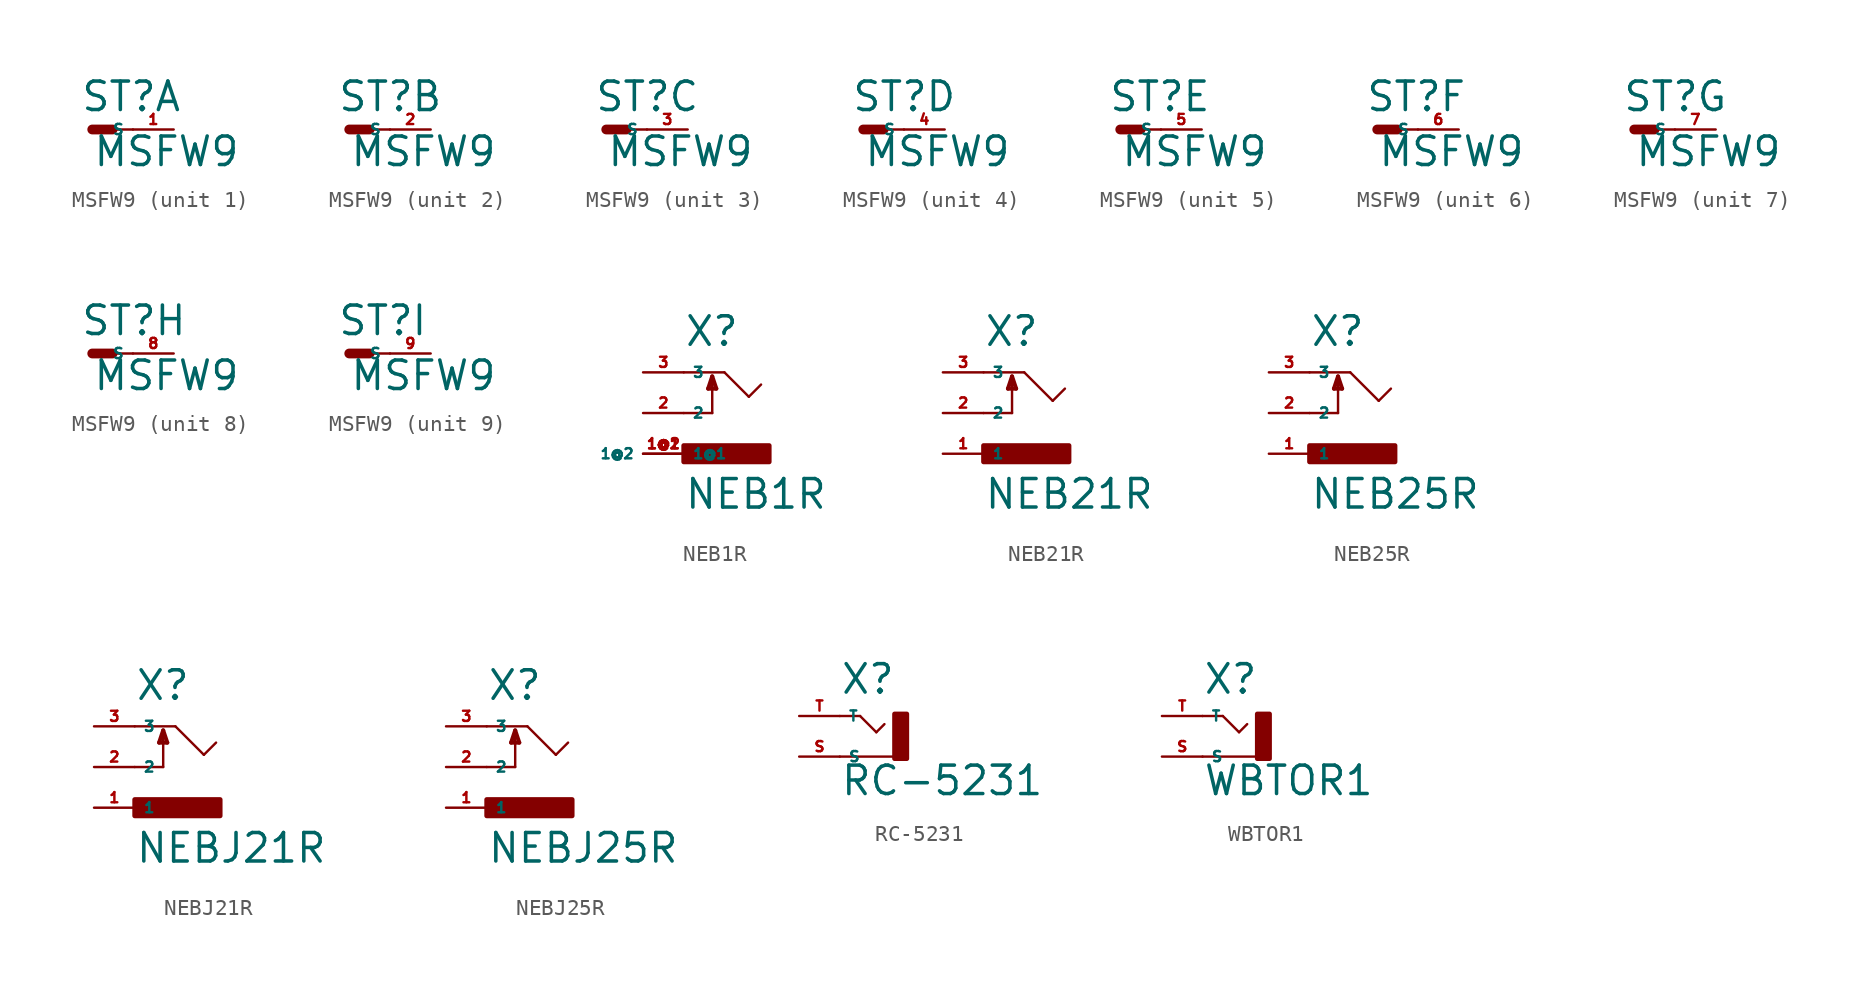
<source format=kicad_sym>
(kicad_symbol_lib
  (version 20220914)
  (generator Eagle2Kicad)
  (symbol "MSFW9"
    (property "Reference" "ST"
      (at -0.762 1.016 0)
      (effects (font (size 1.778 1.778) (thickness 0.22)) (justify left bottom)))
    (property "Value" "MSFW9"
      (at 0 -2.413 0)
      (effects (font (size 1.778 1.778) (thickness 0.22)) (justify left bottom)))
    (symbol "MSFW9_1_0"
      (polyline (pts (xy 1.27 0) (xy 2.54 0)) (stroke (width 0.152) (type default)) (fill (type none)))
      (polyline (pts (xy 0 0) (xy 1.27 0)) (stroke (width 0.61) (type default)) (fill (type none)))
      (pin passive line (at 5.08 0 180) (length 2.54) (name "S" (effects (font (size 0.635 0.635) (thickness 0.08)) (justify left bottom))) (number "1" (effects (font (size 0.635 0.635) (thickness 0.08)) (justify left bottom)))))
    (symbol "MSFW9_2_0"
      (polyline (pts (xy 1.27 0) (xy 2.54 0)) (stroke (width 0.152) (type default)) (fill (type none)))
      (polyline (pts (xy 0 0) (xy 1.27 0)) (stroke (width 0.61) (type default)) (fill (type none)))
      (pin passive line (at 5.08 0 180) (length 2.54) (name "S" (effects (font (size 0.635 0.635) (thickness 0.08)) (justify left bottom))) (number "2" (effects (font (size 0.635 0.635) (thickness 0.08)) (justify left bottom)))))
    (symbol "MSFW9_3_0"
      (polyline (pts (xy 1.27 0) (xy 2.54 0)) (stroke (width 0.152) (type default)) (fill (type none)))
      (polyline (pts (xy 0 0) (xy 1.27 0)) (stroke (width 0.61) (type default)) (fill (type none)))
      (pin passive line (at 5.08 0 180) (length 2.54) (name "S" (effects (font (size 0.635 0.635) (thickness 0.08)) (justify left bottom))) (number "3" (effects (font (size 0.635 0.635) (thickness 0.08)) (justify left bottom)))))
    (symbol "MSFW9_4_0"
      (polyline (pts (xy 1.27 0) (xy 2.54 0)) (stroke (width 0.152) (type default)) (fill (type none)))
      (polyline (pts (xy 0 0) (xy 1.27 0)) (stroke (width 0.61) (type default)) (fill (type none)))
      (pin passive line (at 5.08 0 180) (length 2.54) (name "S" (effects (font (size 0.635 0.635) (thickness 0.08)) (justify left bottom))) (number "4" (effects (font (size 0.635 0.635) (thickness 0.08)) (justify left bottom)))))
    (symbol "MSFW9_5_0"
      (polyline (pts (xy 1.27 0) (xy 2.54 0)) (stroke (width 0.152) (type default)) (fill (type none)))
      (polyline (pts (xy 0 0) (xy 1.27 0)) (stroke (width 0.61) (type default)) (fill (type none)))
      (pin passive line (at 5.08 0 180) (length 2.54) (name "S" (effects (font (size 0.635 0.635) (thickness 0.08)) (justify left bottom))) (number "5" (effects (font (size 0.635 0.635) (thickness 0.08)) (justify left bottom)))))
    (symbol "MSFW9_6_0"
      (polyline (pts (xy 1.27 0) (xy 2.54 0)) (stroke (width 0.152) (type default)) (fill (type none)))
      (polyline (pts (xy 0 0) (xy 1.27 0)) (stroke (width 0.61) (type default)) (fill (type none)))
      (pin passive line (at 5.08 0 180) (length 2.54) (name "S" (effects (font (size 0.635 0.635) (thickness 0.08)) (justify left bottom))) (number "6" (effects (font (size 0.635 0.635) (thickness 0.08)) (justify left bottom)))))
    (symbol "MSFW9_7_0"
      (polyline (pts (xy 1.27 0) (xy 2.54 0)) (stroke (width 0.152) (type default)) (fill (type none)))
      (polyline (pts (xy 0 0) (xy 1.27 0)) (stroke (width 0.61) (type default)) (fill (type none)))
      (pin passive line (at 5.08 0 180) (length 2.54) (name "S" (effects (font (size 0.635 0.635) (thickness 0.08)) (justify left bottom))) (number "7" (effects (font (size 0.635 0.635) (thickness 0.08)) (justify left bottom)))))
    (symbol "MSFW9_8_0"
      (polyline (pts (xy 1.27 0) (xy 2.54 0)) (stroke (width 0.152) (type default)) (fill (type none)))
      (polyline (pts (xy 0 0) (xy 1.27 0)) (stroke (width 0.61) (type default)) (fill (type none)))
      (pin passive line (at 5.08 0 180) (length 2.54) (name "S" (effects (font (size 0.635 0.635) (thickness 0.08)) (justify left bottom))) (number "8" (effects (font (size 0.635 0.635) (thickness 0.08)) (justify left bottom)))))
    (symbol "MSFW9_9_0"
      (polyline (pts (xy 1.27 0) (xy 2.54 0)) (stroke (width 0.152) (type default)) (fill (type none)))
      (polyline (pts (xy 0 0) (xy 1.27 0)) (stroke (width 0.61) (type default)) (fill (type none)))
      (pin passive line (at 5.08 0 180) (length 2.54) (name "S" (effects (font (size 0.635 0.635) (thickness 0.08)) (justify left bottom))) (number "9" (effects (font (size 0.635 0.635) (thickness 0.08)) (justify left bottom))))))
  (symbol "NEB1R"
    (property "Reference" "X"
      (at -2.54 4.064 0)
      (effects (font (size 1.778 1.778) (thickness 0.22)) (justify left bottom)))
    (property "Value" "NEB1R"
      (at -2.54 -6.096 0)
      (effects (font (size 1.778 1.778) (thickness 0.22)) (justify left bottom)))
    (polyline
      (pts (xy -2.54 2.54) (xy 0 2.54))
      (stroke (width 0.152) (type default))
      (fill (type none)))
    (polyline
      (pts (xy 0 2.54) (xy 1.524 1.016))
      (stroke (width 0.152) (type default))
      (fill (type none)))
    (polyline
      (pts (xy 1.524 1.016) (xy 2.286 1.778))
      (stroke (width 0.152) (type default))
      (fill (type none)))
    (polyline
      (pts (xy -2.54 0) (xy -0.762 0))
      (stroke (width 0.152) (type default))
      (fill (type none)))
    (polyline
      (pts (xy -0.762 0) (xy -0.762 2.286))
      (stroke (width 0.152) (type default))
      (fill (type none)))
    (polyline
      (pts (xy -0.762 2.286) (xy -1.016 1.524))
      (stroke (width 0.254) (type default))
      (fill (type none)))
    (polyline
      (pts (xy -1.016 1.524) (xy -0.508 1.524))
      (stroke (width 0.254) (type default))
      (fill (type none)))
    (polyline
      (pts (xy -0.508 1.524) (xy -0.762 2.286))
      (stroke (width 0.254) (type default))
      (fill (type none)))
    (rectangle
      (start -2.54 -3.048)
      (end 2.794 -2.032)
      (stroke (width 0.3) (type default))
      (fill (type outline)))
    (pin passive line
      (at -5.08 -2.54 0)
      (length 2.54)
      (name "1@1" (effects (font (size 0.635 0.635) (thickness 0.08)) (justify left bottom)))
      (number "1@1" (effects (font (size 0.635 0.635) (thickness 0.08)) (justify left bottom))))
    (pin passive line
      (at -5.08 2.54 0)
      (length 2.54)
      (name "3" (effects (font (size 0.635 0.635) (thickness 0.08)) (justify left bottom)))
      (number "3" (effects (font (size 0.635 0.635) (thickness 0.08)) (justify left bottom))))
    (pin passive line
      (at -5.08 0 0)
      (length 2.54)
      (name "2" (effects (font (size 0.635 0.635) (thickness 0.08)) (justify left bottom)))
      (number "2" (effects (font (size 0.635 0.635) (thickness 0.08)) (justify left bottom))))
    (pin passive line
      (at -2.54 -2.54 180)
      (length 2.54)
      (name "1@2" (effects (font (size 0.635 0.635) (thickness 0.08)) (justify left bottom)))
      (number "1@2" (effects (font (size 0.635 0.635) (thickness 0.08)) (justify left bottom)))))
  (symbol "NEB21R"
    (property "Reference" "X"
      (at -2.54 4.064 0)
      (effects (font (size 1.778 1.778) (thickness 0.22)) (justify left bottom)))
    (property "Value" "NEB21R"
      (at -2.54 -6.096 0)
      (effects (font (size 1.778 1.778) (thickness 0.22)) (justify left bottom)))
    (polyline
      (pts (xy -2.54 2.54) (xy 0 2.54))
      (stroke (width 0.152) (type default))
      (fill (type none)))
    (polyline
      (pts (xy 0 2.54) (xy 1.778 0.762))
      (stroke (width 0.152) (type default))
      (fill (type none)))
    (polyline
      (pts (xy 1.778 0.762) (xy 2.54 1.524))
      (stroke (width 0.152) (type default))
      (fill (type none)))
    (polyline
      (pts (xy -2.54 0) (xy -0.762 0))
      (stroke (width 0.152) (type default))
      (fill (type none)))
    (polyline
      (pts (xy -0.762 0) (xy -0.762 2.286))
      (stroke (width 0.152) (type default))
      (fill (type none)))
    (polyline
      (pts (xy -0.762 2.286) (xy -1.016 1.524))
      (stroke (width 0.254) (type default))
      (fill (type none)))
    (polyline
      (pts (xy -1.016 1.524) (xy -0.508 1.524))
      (stroke (width 0.254) (type default))
      (fill (type none)))
    (polyline
      (pts (xy -0.508 1.524) (xy -0.762 2.286))
      (stroke (width 0.254) (type default))
      (fill (type none)))
    (rectangle
      (start -2.54 -3.048)
      (end 2.794 -2.032)
      (stroke (width 0.3) (type default))
      (fill (type outline)))
    (pin passive line
      (at -5.08 -2.54 0)
      (length 2.54)
      (name "1" (effects (font (size 0.635 0.635) (thickness 0.08)) (justify left bottom)))
      (number "1" (effects (font (size 0.635 0.635) (thickness 0.08)) (justify left bottom))))
    (pin passive line
      (at -5.08 2.54 0)
      (length 2.54)
      (name "3" (effects (font (size 0.635 0.635) (thickness 0.08)) (justify left bottom)))
      (number "3" (effects (font (size 0.635 0.635) (thickness 0.08)) (justify left bottom))))
    (pin passive line
      (at -5.08 0 0)
      (length 2.54)
      (name "2" (effects (font (size 0.635 0.635) (thickness 0.08)) (justify left bottom)))
      (number "2" (effects (font (size 0.635 0.635) (thickness 0.08)) (justify left bottom)))))
  (symbol "NEB25R"
    (property "Reference" "X"
      (at -2.54 4.064 0)
      (effects (font (size 1.778 1.778) (thickness 0.22)) (justify left bottom)))
    (property "Value" "NEB25R"
      (at -2.54 -6.096 0)
      (effects (font (size 1.778 1.778) (thickness 0.22)) (justify left bottom)))
    (polyline
      (pts (xy -2.54 2.54) (xy 0 2.54))
      (stroke (width 0.152) (type default))
      (fill (type none)))
    (polyline
      (pts (xy 0 2.54) (xy 1.778 0.762))
      (stroke (width 0.152) (type default))
      (fill (type none)))
    (polyline
      (pts (xy 1.778 0.762) (xy 2.54 1.524))
      (stroke (width 0.152) (type default))
      (fill (type none)))
    (polyline
      (pts (xy -2.54 0) (xy -0.762 0))
      (stroke (width 0.152) (type default))
      (fill (type none)))
    (polyline
      (pts (xy -0.762 0) (xy -0.762 2.286))
      (stroke (width 0.152) (type default))
      (fill (type none)))
    (polyline
      (pts (xy -0.762 2.286) (xy -1.016 1.524))
      (stroke (width 0.254) (type default))
      (fill (type none)))
    (polyline
      (pts (xy -1.016 1.524) (xy -0.508 1.524))
      (stroke (width 0.254) (type default))
      (fill (type none)))
    (polyline
      (pts (xy -0.508 1.524) (xy -0.762 2.286))
      (stroke (width 0.254) (type default))
      (fill (type none)))
    (rectangle
      (start -2.54 -3.048)
      (end 2.794 -2.032)
      (stroke (width 0.3) (type default))
      (fill (type outline)))
    (pin passive line
      (at -5.08 -2.54 0)
      (length 2.54)
      (name "1" (effects (font (size 0.635 0.635) (thickness 0.08)) (justify left bottom)))
      (number "1" (effects (font (size 0.635 0.635) (thickness 0.08)) (justify left bottom))))
    (pin passive line
      (at -5.08 2.54 0)
      (length 2.54)
      (name "3" (effects (font (size 0.635 0.635) (thickness 0.08)) (justify left bottom)))
      (number "3" (effects (font (size 0.635 0.635) (thickness 0.08)) (justify left bottom))))
    (pin passive line
      (at -5.08 0 0)
      (length 2.54)
      (name "2" (effects (font (size 0.635 0.635) (thickness 0.08)) (justify left bottom)))
      (number "2" (effects (font (size 0.635 0.635) (thickness 0.08)) (justify left bottom)))))
  (symbol "NEBJ21R"
    (property "Reference" "X"
      (at -2.54 4.064 0)
      (effects (font (size 1.778 1.778) (thickness 0.22)) (justify left bottom)))
    (property "Value" "NEBJ21R"
      (at -2.54 -6.096 0)
      (effects (font (size 1.778 1.778) (thickness 0.22)) (justify left bottom)))
    (polyline
      (pts (xy -2.54 2.54) (xy 0 2.54))
      (stroke (width 0.152) (type default))
      (fill (type none)))
    (polyline
      (pts (xy 0 2.54) (xy 1.778 0.762))
      (stroke (width 0.152) (type default))
      (fill (type none)))
    (polyline
      (pts (xy 1.778 0.762) (xy 2.54 1.524))
      (stroke (width 0.152) (type default))
      (fill (type none)))
    (polyline
      (pts (xy -2.54 0) (xy -0.762 0))
      (stroke (width 0.152) (type default))
      (fill (type none)))
    (polyline
      (pts (xy -0.762 0) (xy -0.762 2.286))
      (stroke (width 0.152) (type default))
      (fill (type none)))
    (polyline
      (pts (xy -0.762 2.286) (xy -1.016 1.524))
      (stroke (width 0.254) (type default))
      (fill (type none)))
    (polyline
      (pts (xy -1.016 1.524) (xy -0.508 1.524))
      (stroke (width 0.254) (type default))
      (fill (type none)))
    (polyline
      (pts (xy -0.508 1.524) (xy -0.762 2.286))
      (stroke (width 0.254) (type default))
      (fill (type none)))
    (rectangle
      (start -2.54 -3.048)
      (end 2.794 -2.032)
      (stroke (width 0.3) (type default))
      (fill (type outline)))
    (pin passive line
      (at -5.08 -2.54 0)
      (length 2.54)
      (name "1" (effects (font (size 0.635 0.635) (thickness 0.08)) (justify left bottom)))
      (number "1" (effects (font (size 0.635 0.635) (thickness 0.08)) (justify left bottom))))
    (pin passive line
      (at -5.08 2.54 0)
      (length 2.54)
      (name "3" (effects (font (size 0.635 0.635) (thickness 0.08)) (justify left bottom)))
      (number "3" (effects (font (size 0.635 0.635) (thickness 0.08)) (justify left bottom))))
    (pin passive line
      (at -5.08 0 0)
      (length 2.54)
      (name "2" (effects (font (size 0.635 0.635) (thickness 0.08)) (justify left bottom)))
      (number "2" (effects (font (size 0.635 0.635) (thickness 0.08)) (justify left bottom)))))
  (symbol "NEBJ25R"
    (property "Reference" "X"
      (at -2.54 4.064 0)
      (effects (font (size 1.778 1.778) (thickness 0.22)) (justify left bottom)))
    (property "Value" "NEBJ25R"
      (at -2.54 -6.096 0)
      (effects (font (size 1.778 1.778) (thickness 0.22)) (justify left bottom)))
    (polyline
      (pts (xy -2.54 2.54) (xy 0 2.54))
      (stroke (width 0.152) (type default))
      (fill (type none)))
    (polyline
      (pts (xy 0 2.54) (xy 1.778 0.762))
      (stroke (width 0.152) (type default))
      (fill (type none)))
    (polyline
      (pts (xy 1.778 0.762) (xy 2.54 1.524))
      (stroke (width 0.152) (type default))
      (fill (type none)))
    (polyline
      (pts (xy -2.54 0) (xy -0.762 0))
      (stroke (width 0.152) (type default))
      (fill (type none)))
    (polyline
      (pts (xy -0.762 0) (xy -0.762 2.286))
      (stroke (width 0.152) (type default))
      (fill (type none)))
    (polyline
      (pts (xy -0.762 2.286) (xy -1.016 1.524))
      (stroke (width 0.254) (type default))
      (fill (type none)))
    (polyline
      (pts (xy -1.016 1.524) (xy -0.508 1.524))
      (stroke (width 0.254) (type default))
      (fill (type none)))
    (polyline
      (pts (xy -0.508 1.524) (xy -0.762 2.286))
      (stroke (width 0.254) (type default))
      (fill (type none)))
    (rectangle
      (start -2.54 -3.048)
      (end 2.794 -2.032)
      (stroke (width 0.3) (type default))
      (fill (type outline)))
    (pin passive line
      (at -5.08 -2.54 0)
      (length 2.54)
      (name "1" (effects (font (size 0.635 0.635) (thickness 0.08)) (justify left bottom)))
      (number "1" (effects (font (size 0.635 0.635) (thickness 0.08)) (justify left bottom))))
    (pin passive line
      (at -5.08 2.54 0)
      (length 2.54)
      (name "3" (effects (font (size 0.635 0.635) (thickness 0.08)) (justify left bottom)))
      (number "3" (effects (font (size 0.635 0.635) (thickness 0.08)) (justify left bottom))))
    (pin passive line
      (at -5.08 0 0)
      (length 2.54)
      (name "2" (effects (font (size 0.635 0.635) (thickness 0.08)) (justify left bottom)))
      (number "2" (effects (font (size 0.635 0.635) (thickness 0.08)) (justify left bottom)))))
  (symbol "RC-5231"
    (property "Reference" "X"
      (at 0 1.27 0)
      (effects (font (size 1.778 1.778) (thickness 0.22)) (justify left bottom)))
    (property "Value" "RC-5231"
      (at 0 -5.08 0)
      (effects (font (size 1.778 1.778) (thickness 0.22)) (justify left bottom)))
    (polyline
      (pts (xy 0 -2.54) (xy 3.556 -2.54))
      (stroke (width 0.152) (type default))
      (fill (type none)))
    (polyline
      (pts (xy 0 0) (xy 1.27 0))
      (stroke (width 0.152) (type default))
      (fill (type none)))
    (polyline
      (pts (xy 1.27 0) (xy 2.286 -1.016))
      (stroke (width 0.152) (type default))
      (fill (type none)))
    (polyline
      (pts (xy 2.286 -1.016) (xy 2.794 -0.508))
      (stroke (width 0.152) (type default))
      (fill (type none)))
    (rectangle
      (start 3.429 -2.667)
      (end 4.191 0.127)
      (stroke (width 0.3) (type default))
      (fill (type outline)))
    (pin passive line
      (at -2.54 0 0)
      (length 2.54)
      (name "T" (effects (font (size 0.635 0.635) (thickness 0.08)) (justify left bottom)))
      (number "T" (effects (font (size 0.635 0.635) (thickness 0.08)) (justify left bottom))))
    (pin passive line
      (at -2.54 -2.54 0)
      (length 2.54)
      (name "S" (effects (font (size 0.635 0.635) (thickness 0.08)) (justify left bottom)))
      (number "S" (effects (font (size 0.635 0.635) (thickness 0.08)) (justify left bottom)))))
  (symbol "WBTOR1"
    (property "Reference" "X"
      (at 0 1.27 0)
      (effects (font (size 1.778 1.778) (thickness 0.22)) (justify left bottom)))
    (property "Value" "WBTOR1"
      (at 0 -5.08 0)
      (effects (font (size 1.778 1.778) (thickness 0.22)) (justify left bottom)))
    (polyline
      (pts (xy 0 -2.54) (xy 3.556 -2.54))
      (stroke (width 0.152) (type default))
      (fill (type none)))
    (polyline
      (pts (xy 0 0) (xy 1.27 0))
      (stroke (width 0.152) (type default))
      (fill (type none)))
    (polyline
      (pts (xy 1.27 0) (xy 2.286 -1.016))
      (stroke (width 0.152) (type default))
      (fill (type none)))
    (polyline
      (pts (xy 2.286 -1.016) (xy 2.794 -0.508))
      (stroke (width 0.152) (type default))
      (fill (type none)))
    (rectangle
      (start 3.429 -2.667)
      (end 4.191 0.127)
      (stroke (width 0.3) (type default))
      (fill (type outline)))
    (pin passive line
      (at -2.54 0 0)
      (length 2.54)
      (name "T" (effects (font (size 0.635 0.635) (thickness 0.08)) (justify left bottom)))
      (number "T" (effects (font (size 0.635 0.635) (thickness 0.08)) (justify left bottom))))
    (pin passive line
      (at -2.54 -2.54 0)
      (length 2.54)
      (name "S" (effects (font (size 0.635 0.635) (thickness 0.08)) (justify left bottom)))
      (number "S" (effects (font (size 0.635 0.635) (thickness 0.08)) (justify left bottom))))))
</source>
